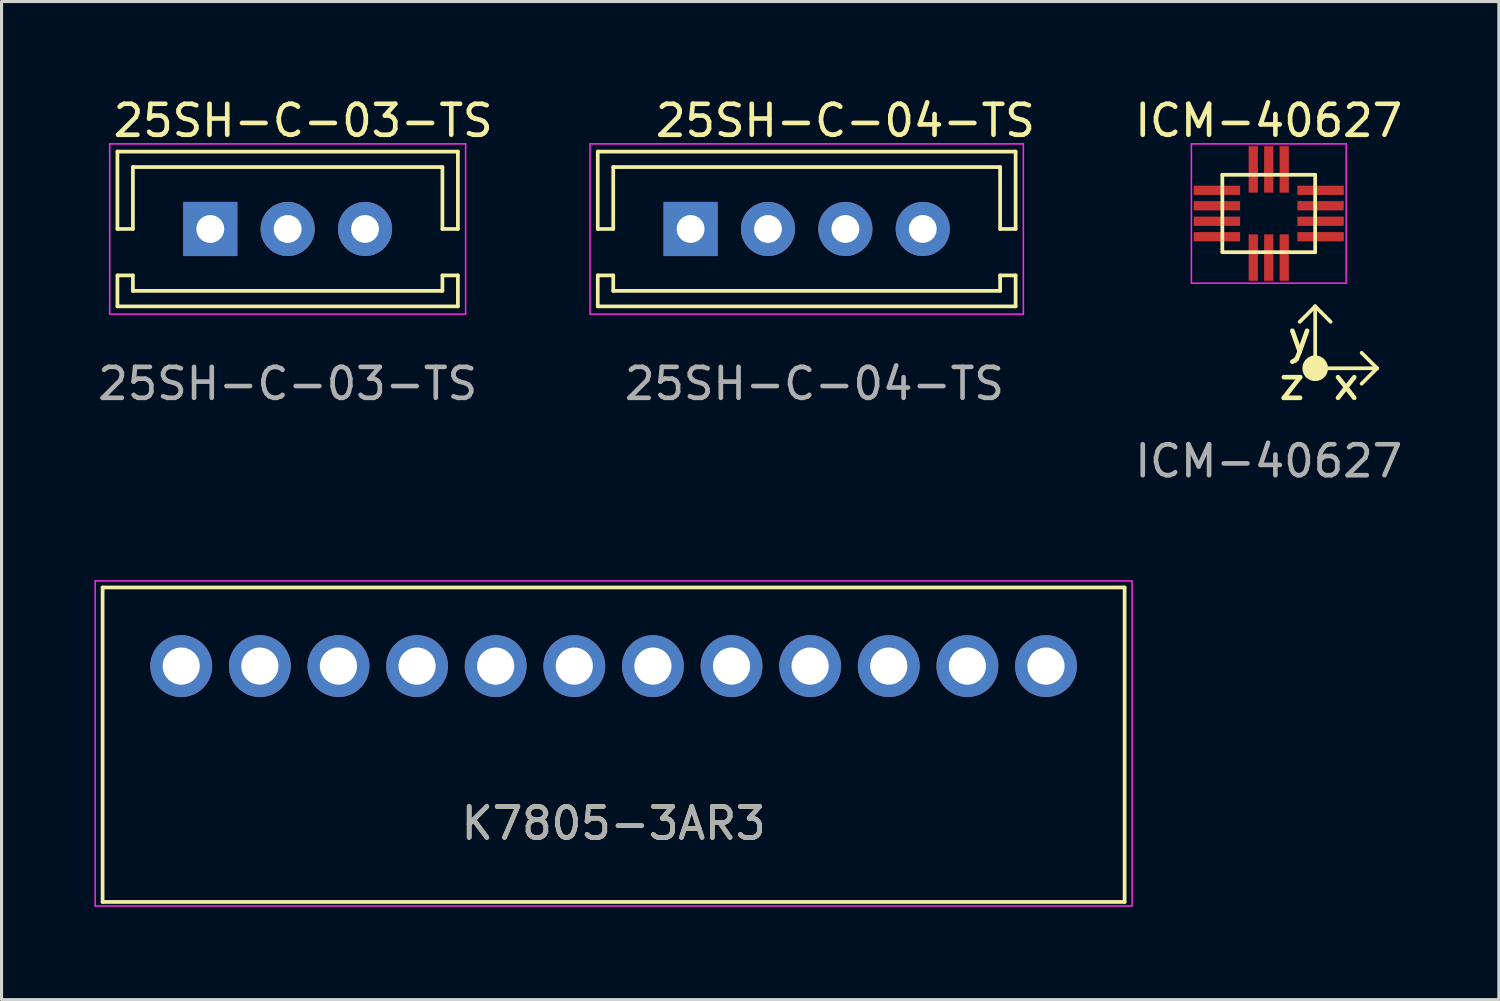
<source format=kicad_pcb>
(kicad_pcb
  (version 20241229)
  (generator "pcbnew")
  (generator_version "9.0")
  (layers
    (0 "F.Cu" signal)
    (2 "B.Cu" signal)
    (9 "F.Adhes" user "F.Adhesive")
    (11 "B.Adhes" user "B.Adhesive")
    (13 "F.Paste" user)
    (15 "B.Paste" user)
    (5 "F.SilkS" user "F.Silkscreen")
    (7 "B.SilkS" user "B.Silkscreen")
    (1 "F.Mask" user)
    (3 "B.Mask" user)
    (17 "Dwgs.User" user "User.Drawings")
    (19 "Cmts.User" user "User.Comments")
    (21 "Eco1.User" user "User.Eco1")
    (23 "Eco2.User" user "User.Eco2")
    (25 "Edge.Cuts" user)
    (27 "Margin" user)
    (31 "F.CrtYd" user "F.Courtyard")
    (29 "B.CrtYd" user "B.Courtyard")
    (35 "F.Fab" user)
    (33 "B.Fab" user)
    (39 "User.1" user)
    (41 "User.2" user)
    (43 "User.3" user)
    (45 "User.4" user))
  (footprint "ICM-40627"
    (layer "F.Cu")
    (at 37.942 3.848)
    (property "Reference" "ICM-40627" (at 0 -3 0) (unlocked yes) (layer "F.SilkS") (effects (font (size 1 1) (thickness 0.15))))
    (attr smd)
    (fp_line (start -1.5 -1.25) (end 1.5 -1.25) (stroke (width 0.12) (type solid)) (layer "F.SilkS"))
    (fp_line (start -1.5 1.25) (end -1.5 -1.25) (stroke (width 0.12) (type solid)) (layer "F.SilkS"))
    (fp_line (start 1.5 -1.25) (end 1.5 1.25) (stroke (width 0.12) (type solid)) (layer "F.SilkS"))
    (fp_line (start 1.5 1.25) (end -1.5 1.25) (stroke (width 0.12) (type solid)) (layer "F.SilkS"))
    (fp_line (start 1.5 3) (end 1 3.5) (stroke (width 0.12) (type solid)) (layer "F.SilkS"))
    (fp_line (start 1.5 3) (end 2 3.5) (stroke (width 0.12) (type solid)) (layer "F.SilkS"))
    (fp_line (start 1.5 5) (end 1.25 5.25) (stroke (width 0.12) (type solid)) (layer "F.SilkS"))
    (fp_line (start 1.5 5) (end 1.5 3) (stroke (width 0.12) (type solid)) (layer "F.SilkS"))
    (fp_line (start 1.5 5) (end 3.5 5) (stroke (width 0.12) (type solid)) (layer "F.SilkS"))
    (fp_line (start 3.5 5) (end 3 4.5) (stroke (width 0.12) (type solid)) (layer "F.SilkS"))
    (fp_line (start 3.5 5) (end 3 5.5) (stroke (width 0.12) (type solid)) (layer "F.SilkS"))
    (fp_circle (center 1.5 5) (end 1.854 5) (stroke (width 0.12) (type solid)) (fill yes) (layer "F.SilkS"))
    (fp_line (start -2.5 -2.25) (end 2.5 -2.25) (stroke (width 0.05) (type solid)) (layer "F.CrtYd"))
    (fp_line (start -2.5 2.25) (end -2.5 -2.25) (stroke (width 0.05) (type solid)) (layer "F.CrtYd"))
    (fp_line (start 2.5 -2.25) (end 2.5 2.25) (stroke (width 0.05) (type solid)) (layer "F.CrtYd"))
    (fp_line (start 2.5 2.25) (end -2.5 2.25) (stroke (width 0.05) (type solid)) (layer "F.CrtYd"))
    (fp_text user "x" (at 2.5 5.5 0) (unlocked yes) (layer "F.SilkS") (effects (font (size 1 1) (thickness 0.15))))
    (fp_text user "y" (at 1 4 0) (unlocked yes) (layer "F.SilkS") (effects (font (size 1 1) (thickness 0.15))))
    (fp_text user "z" (at 0.75 5.5 0) (unlocked yes) (layer "F.SilkS") (effects (font (size 1 1) (thickness 0.15))))
    (fp_text user "${REFERENCE}" (at 0 8 0) (unlocked yes) (layer "F.Fab") (effects (font (size 1 1) (thickness 0.15))))
    (pad "1" smd rect (at -1.163 -0.75) (size 1.5 0.3) (drill (offset -0.512 0)) (layers "F.Cu" "F.Mask" "F.Paste"))
    (pad "4" smd rect (at -1.163 0.75) (size 1.5 0.3) (drill (offset -0.512 0)) (layers "F.Cu" "F.Mask" "F.Paste"))
    (pad "5" smd rect (at -0.5 0.912) (size 0.3 1.5) (drill (offset 0 0.512)) (layers "F.Cu" "F.Mask" "F.Paste"))
    (pad "6" smd rect (at -1.163 -0.25) (size 1.5 0.3) (drill (offset -0.512 0)) (layers "F.Cu" "F.Mask" "F.Paste"))
    (pad "6" smd rect (at -1.163 0.25) (size 1.5 0.3) (drill (offset -0.512 0)) (layers "F.Cu" "F.Mask" "F.Paste"))
    (pad "6" smd rect (at 0 0.912) (size 0.3 1.5) (drill (offset 0 0.512)) (layers "F.Cu" "F.Mask" "F.Paste"))
    (pad "6" smd rect (at 0.5 0.912) (size 0.3 1.5) (drill (offset 0 0.512)) (layers "F.Cu" "F.Mask" "F.Paste"))
    (pad "6" smd rect (at 1.163 -0.75) (size 1.5 0.3) (drill (offset 0.512 0)) (layers "F.Cu" "F.Mask" "F.Paste"))
    (pad "6" smd rect (at 1.163 -0.25) (size 1.5 0.3) (drill (offset 0.512 0)) (layers "F.Cu" "F.Mask" "F.Paste"))
    (pad "8" smd rect (at 1.163 0.75) (size 1.5 0.3) (drill (offset 0.512 0)) (layers "F.Cu" "F.Mask" "F.Paste"))
    (pad "9" smd rect (at 1.163 0.25) (size 1.5 0.3) (drill (offset 0.512 0)) (layers "F.Cu" "F.Mask" "F.Paste"))
    (pad "12" smd rect (at 0.5 -0.912) (size 0.3 1.5) (drill (offset 0 -0.512)) (layers "F.Cu" "F.Mask" "F.Paste"))
    (pad "13" smd rect (at 0 -0.912) (size 0.3 1.5) (drill (offset 0 -0.512)) (layers "F.Cu" "F.Mask" "F.Paste"))
    (pad "14" smd rect (at -0.5 -0.912) (size 0.3 1.5) (drill (offset 0 -0.512)) (layers "F.Cu" "F.Mask" "F.Paste")))
  (footprint "25SH-C-03-TS"
    (layer "F.Cu")
    (at 3.744 4.348)
    (property "Reference" "25SH-C-03-TS" (at 3 -3.5 0) (unlocked yes) (layer "F.SilkS") (effects (font (size 1 1) (thickness 0.15))))
    (attr through_hole)
    (fp_line (start -3 -2.5) (end -3 0) (stroke (width 0.12) (type solid)) (layer "F.SilkS"))
    (fp_line (start -3 1.5) (end -2.5 1.5) (stroke (width 0.12) (type solid)) (layer "F.SilkS"))
    (fp_line (start -3 2.5) (end -3 1.5) (stroke (width 0.12) (type solid)) (layer "F.SilkS"))
    (fp_line (start -2.5 -2) (end -2.5 0) (stroke (width 0.12) (type solid)) (layer "F.SilkS"))
    (fp_line (start -2.5 0) (end -3 0) (stroke (width 0.12) (type solid)) (layer "F.SilkS"))
    (fp_line (start -2.5 1.5) (end -2.5 2) (stroke (width 0.12) (type solid)) (layer "F.SilkS"))
    (fp_line (start -2.5 2) (end 7.5 2) (stroke (width 0.12) (type solid)) (layer "F.SilkS"))
    (fp_line (start 7.5 -2) (end -2.5 -2) (stroke (width 0.12) (type solid)) (layer "F.SilkS"))
    (fp_line (start 7.5 0) (end 7.5 -2) (stroke (width 0.12) (type solid)) (layer "F.SilkS"))
    (fp_line (start 7.5 1.5) (end 8 1.5) (stroke (width 0.12) (type solid)) (layer "F.SilkS"))
    (fp_line (start 7.5 2) (end 7.5 1.5) (stroke (width 0.12) (type solid)) (layer "F.SilkS"))
    (fp_line (start 8 -2.5) (end -3 -2.5) (stroke (width 0.12) (type solid)) (layer "F.SilkS"))
    (fp_line (start 8 -2.5) (end 8 0) (stroke (width 0.12) (type solid)) (layer "F.SilkS"))
    (fp_line (start 8 0) (end 7.5 0) (stroke (width 0.12) (type solid)) (layer "F.SilkS"))
    (fp_line (start 8 1.5) (end 8 2.5) (stroke (width 0.12) (type solid)) (layer "F.SilkS"))
    (fp_line (start 8 2.5) (end -3 2.5) (stroke (width 0.12) (type solid)) (layer "F.SilkS"))
    (fp_line (start -3.25 -2.75) (end 8.25 -2.75) (stroke (width 0.05) (type solid)) (layer "F.CrtYd"))
    (fp_line (start -3.25 2.75) (end -3.25 -2.75) (stroke (width 0.05) (type solid)) (layer "F.CrtYd"))
    (fp_line (start 8.25 -2.75) (end 8.25 2.75) (stroke (width 0.05) (type solid)) (layer "F.CrtYd"))
    (fp_line (start 8.25 2.75) (end -3.25 2.75) (stroke (width 0.05) (type solid)) (layer "F.CrtYd"))
    (fp_text user "${REFERENCE}" (at 2.5 5 0) (unlocked yes) (layer "F.Fab") (effects (font (size 1 1) (thickness 0.15))))
    (pad "1" thru_hole rect (at 0 0) (size 1.75 1.75) (drill 0.9) (layers "*.Cu" "*.Mask"))
    (pad "2" thru_hole circle (at 2.5 0) (size 1.75 1.75) (drill 0.9) (layers "*.Cu" "*.Mask"))
    (pad "3" thru_hole circle (at 5 0) (size 1.75 1.75) (drill 0.9) (layers "*.Cu" "*.Mask")))
  (footprint "25SH-C-04-TS"
    (layer "F.Cu")
    (at 19.263 4.348)
    (property "Reference" "25SH-C-04-TS" (at 5 -3.5 0) (unlocked yes) (layer "F.SilkS") (effects (font (size 1 1) (thickness 0.15))))
    (attr through_hole)
    (fp_line (start -3 -2.5) (end -3 0) (stroke (width 0.12) (type solid)) (layer "F.SilkS"))
    (fp_line (start -3 1.5) (end -2.5 1.5) (stroke (width 0.12) (type solid)) (layer "F.SilkS"))
    (fp_line (start -3 2.5) (end -3 1.5) (stroke (width 0.12) (type solid)) (layer "F.SilkS"))
    (fp_line (start -2.5 -2) (end -2.5 0) (stroke (width 0.12) (type solid)) (layer "F.SilkS"))
    (fp_line (start -2.5 0) (end -3 0) (stroke (width 0.12) (type solid)) (layer "F.SilkS"))
    (fp_line (start -2.5 1.5) (end -2.5 2) (stroke (width 0.12) (type solid)) (layer "F.SilkS"))
    (fp_line (start -2.5 2) (end 10 2) (stroke (width 0.12) (type solid)) (layer "F.SilkS"))
    (fp_line (start 10 -2) (end -2.5 -2) (stroke (width 0.12) (type solid)) (layer "F.SilkS"))
    (fp_line (start 10 0) (end 10 -2) (stroke (width 0.12) (type solid)) (layer "F.SilkS"))
    (fp_line (start 10 1.5) (end 10.5 1.5) (stroke (width 0.12) (type solid)) (layer "F.SilkS"))
    (fp_line (start 10 2) (end 10 1.5) (stroke (width 0.12) (type solid)) (layer "F.SilkS"))
    (fp_line (start 10.5 -2.5) (end -3 -2.5) (stroke (width 0.12) (type solid)) (layer "F.SilkS"))
    (fp_line (start 10.5 -2.5) (end 10.5 0) (stroke (width 0.12) (type solid)) (layer "F.SilkS"))
    (fp_line (start 10.5 0) (end 10 0) (stroke (width 0.12) (type solid)) (layer "F.SilkS"))
    (fp_line (start 10.5 1.5) (end 10.5 2.5) (stroke (width 0.12) (type solid)) (layer "F.SilkS"))
    (fp_line (start 10.5 2.5) (end -3 2.5) (stroke (width 0.12) (type solid)) (layer "F.SilkS"))
    (fp_line (start -3.25 -2.75) (end 10.75 -2.75) (stroke (width 0.05) (type solid)) (layer "F.CrtYd"))
    (fp_line (start -3.25 2.75) (end -3.25 -2.75) (stroke (width 0.05) (type solid)) (layer "F.CrtYd"))
    (fp_line (start 10.75 -2.75) (end 10.75 2.75) (stroke (width 0.05) (type solid)) (layer "F.CrtYd"))
    (fp_line (start 10.75 2.75) (end -3.25 2.75) (stroke (width 0.05) (type solid)) (layer "F.CrtYd"))
    (fp_text user "${REFERENCE}" (at 4 5 0) (unlocked yes) (layer "F.Fab") (effects (font (size 1 1) (thickness 0.15))))
    (pad "1" thru_hole rect (at 0 0) (size 1.75 1.75) (drill 0.9) (layers "*.Cu" "*.Mask"))
    (pad "2" thru_hole circle (at 2.5 0) (size 1.75 1.75) (drill 0.9) (layers "*.Cu" "*.Mask"))
    (pad "3" thru_hole circle (at 5 0) (size 1.75 1.75) (drill 0.9) (layers "*.Cu" "*.Mask"))
    (pad "4" thru_hole circle (at 7.5 0) (size 1.75 1.75) (drill 0.9) (layers "*.Cu" "*.Mask")))
  (footprint "K7805-3AR3"
    (layer "F.Cu")
    (at 16.775 18.471)
    (property "Reference" "K7805-3AR3" (at 0 5.08 0) (unlocked yes) (layer "F.SilkS") (effects (font (size 1 1) (thickness 0.15))))
    (attr through_hole)
    (fp_line (start -16.51 -2.54) (end 16.51 -2.54) (stroke (width 0.12) (type solid)) (layer "F.SilkS"))
    (fp_line (start -16.51 7.62) (end -16.51 -2.54) (stroke (width 0.12) (type solid)) (layer "F.SilkS"))
    (fp_line (start 16.51 -2.54) (end 16.51 7.62) (stroke (width 0.12) (type solid)) (layer "F.SilkS"))
    (fp_line (start 16.51 7.62) (end -16.51 7.62) (stroke (width 0.12) (type solid)) (layer "F.SilkS"))
    (fp_line (start -16.75 -2.75) (end 16.75 -2.75) (stroke (width 0.05) (type solid)) (layer "F.CrtYd"))
    (fp_line (start -16.75 7.75) (end -16.75 -2.75) (stroke (width 0.05) (type solid)) (layer "F.CrtYd"))
    (fp_line (start 16.75 -2.75) (end 16.75 7.75) (stroke (width 0.05) (type solid)) (layer "F.CrtYd"))
    (fp_line (start 16.75 7.75) (end -16.75 7.75) (stroke (width 0.05) (type solid)) (layer "F.CrtYd"))
    (fp_text user "${REFERENCE}" (at 0 5.08 0) (unlocked yes) (layer "F.Fab") (effects (font (size 1 1) (thickness 0.15))))
    (pad "1" thru_hole circle (at -13.97 0) (size 2 2) (drill 1.2) (layers "*.Cu" "*.Mask"))
    (pad "2" thru_hole circle (at -11.43 0) (size 2 2) (drill 1.2) (layers "*.Cu" "*.Mask"))
    (pad "2" thru_hole circle (at -8.89 0) (size 2 2) (drill 1.2) (layers "*.Cu" "*.Mask"))
    (pad "2" thru_hole circle (at -6.35 0) (size 2 2) (drill 1.2) (layers "*.Cu" "*.Mask"))
    (pad "5" thru_hole circle (at -3.81 0) (size 2 2) (drill 1.2) (layers "*.Cu" "*.Mask"))
    (pad "5" thru_hole circle (at -1.27 0) (size 2 2) (drill 1.2) (layers "*.Cu" "*.Mask"))
    (pad "5" thru_hole circle (at 1.27 0) (size 2 2) (drill 1.2) (layers "*.Cu" "*.Mask"))
    (pad "5" thru_hole circle (at 3.81 0) (size 2 2) (drill 1.2) (layers "*.Cu" "*.Mask"))
    (pad "9" thru_hole circle (at 6.35 0) (size 2 2) (drill 1.2) (layers "*.Cu" "*.Mask"))
    (pad "9" thru_hole circle (at 8.89 0) (size 2 2) (drill 1.2) (layers "*.Cu" "*.Mask"))
    (pad "9" thru_hole circle (at 11.43 0) (size 2 2) (drill 1.2) (layers "*.Cu" "*.Mask"))
    (pad "12" thru_hole circle (at 13.97 0) (size 2 2) (drill 1.2) (layers "*.Cu" "*.Mask")))
  (gr_rect
    (start -3 -3)
    (end 45.376 29.247)
    (stroke (width 0.1) (type default))
    (fill no)
    (layer "Edge.Cuts")))
</source>
